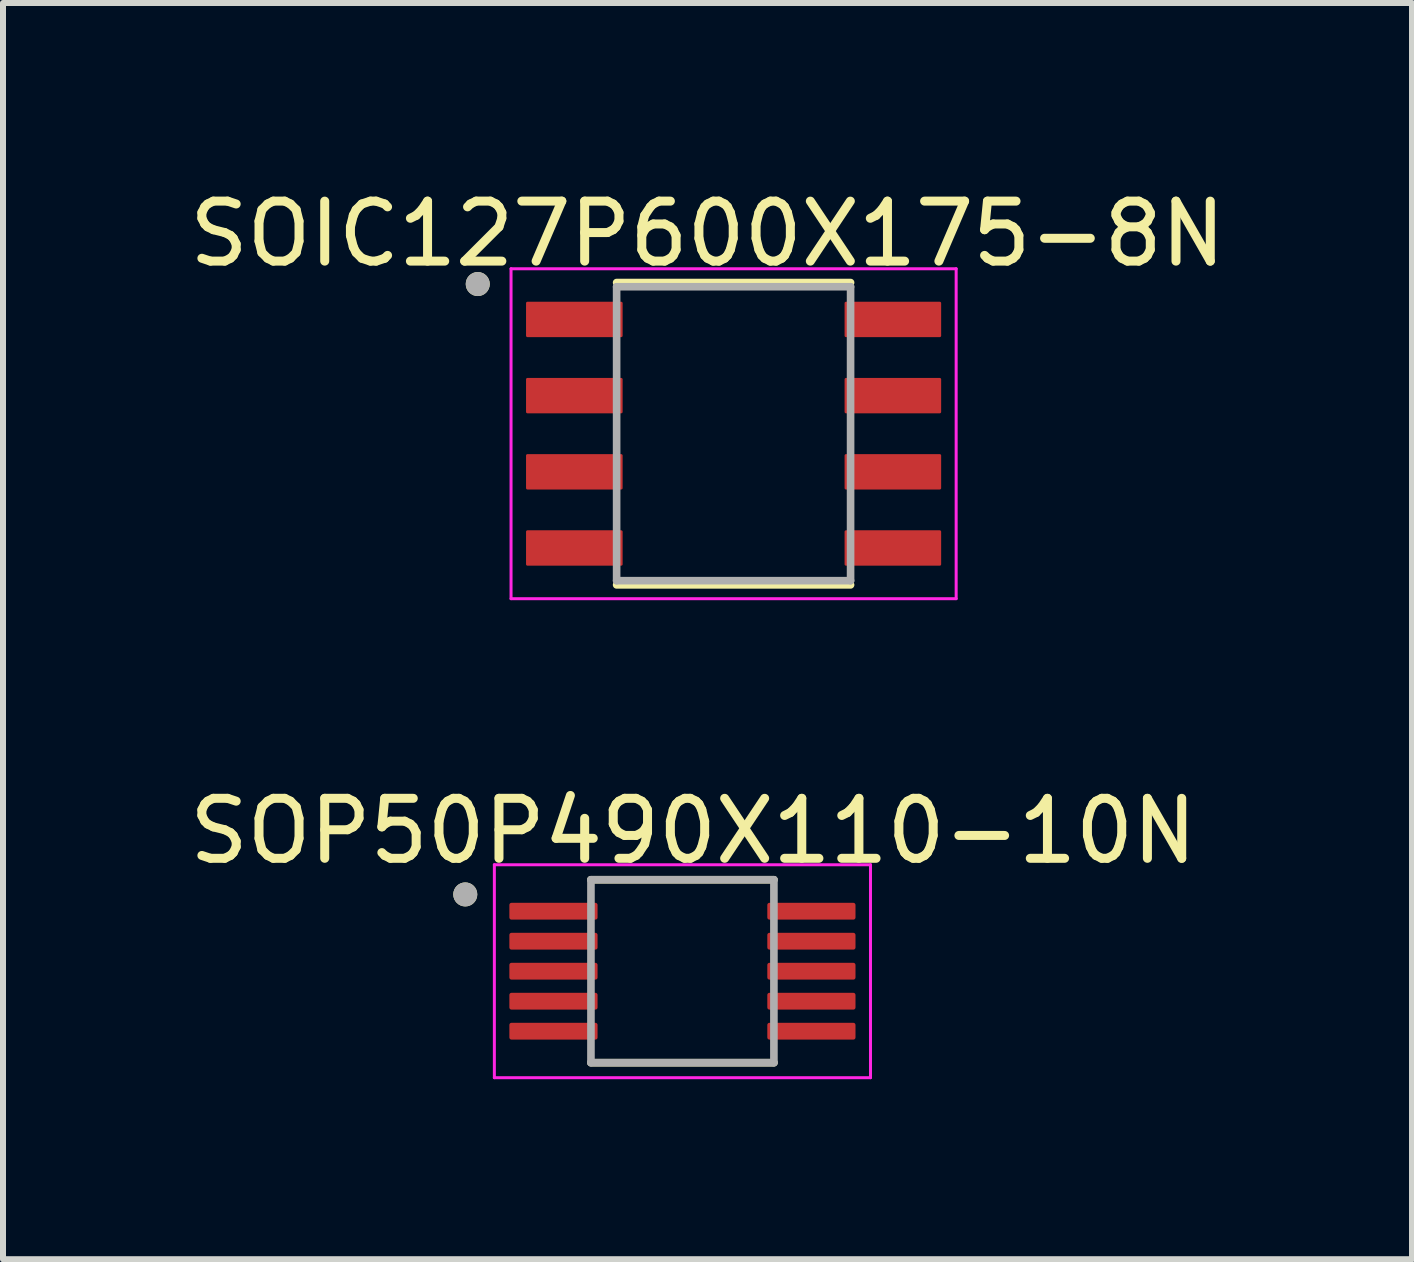
<source format=kicad_pcb>
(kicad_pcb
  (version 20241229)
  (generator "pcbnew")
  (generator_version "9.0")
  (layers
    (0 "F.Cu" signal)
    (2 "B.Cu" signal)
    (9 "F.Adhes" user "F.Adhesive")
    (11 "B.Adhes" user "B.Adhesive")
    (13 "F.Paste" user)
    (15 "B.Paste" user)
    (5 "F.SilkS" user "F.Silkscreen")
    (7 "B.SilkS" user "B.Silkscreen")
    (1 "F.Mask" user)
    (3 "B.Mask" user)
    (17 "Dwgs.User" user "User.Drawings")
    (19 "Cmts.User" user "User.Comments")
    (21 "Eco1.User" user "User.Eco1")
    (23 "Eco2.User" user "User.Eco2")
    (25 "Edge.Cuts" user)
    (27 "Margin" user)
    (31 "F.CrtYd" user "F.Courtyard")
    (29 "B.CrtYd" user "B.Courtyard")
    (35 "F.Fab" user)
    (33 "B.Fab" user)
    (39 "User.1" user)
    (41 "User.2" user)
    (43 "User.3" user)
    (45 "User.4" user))
  (footprint "SOIC127P600X175-8N"
    (layer "F.Cu")
    (at 9.179 4.18)
    (property "Reference" "SOIC127P600X175-8N" (at -0.435 -3.332 0) (layer "F.SilkS") (effects (font (size 1 1) (thickness 0.15))))
    (attr smd)
    (fp_line (start -1.95 -2.52) (end 1.95 -2.52) (stroke (width 0.127) (type solid)) (layer "F.SilkS"))
    (fp_line (start -1.95 2.52) (end 1.95 2.52) (stroke (width 0.127) (type solid)) (layer "F.SilkS"))
    (fp_circle (center -4.265 -2.495) (end -4.165 -2.495) (stroke (width 0.2) (type solid)) (fill no) (layer "F.SilkS"))
    (fp_line (start -3.71 -2.75) (end -3.71 2.75) (stroke (width 0.05) (type solid)) (layer "F.CrtYd"))
    (fp_line (start -3.71 -2.75) (end 3.71 -2.75) (stroke (width 0.05) (type solid)) (layer "F.CrtYd"))
    (fp_line (start -3.71 2.75) (end 3.71 2.75) (stroke (width 0.05) (type solid)) (layer "F.CrtYd"))
    (fp_line (start 3.71 -2.75) (end 3.71 2.75) (stroke (width 0.05) (type solid)) (layer "F.CrtYd"))
    (fp_line (start -1.95 -2.45) (end -1.95 2.45) (stroke (width 0.127) (type solid)) (layer "F.Fab"))
    (fp_line (start -1.95 -2.45) (end 1.95 -2.45) (stroke (width 0.127) (type solid)) (layer "F.Fab"))
    (fp_line (start -1.95 2.45) (end 1.95 2.45) (stroke (width 0.127) (type solid)) (layer "F.Fab"))
    (fp_line (start 1.95 -2.45) (end 1.95 2.45) (stroke (width 0.127) (type solid)) (layer "F.Fab"))
    (fp_circle (center -4.265 -2.495) (end -4.165 -2.495) (stroke (width 0.2) (type solid)) (fill no) (layer "F.Fab"))
    (pad "1" smd roundrect (at -2.655 -1.905) (size 1.61 0.59) (layers "F.Cu" "F.Mask" "F.Paste") (roundrect_rratio 0.04))
    (pad "2" smd roundrect (at -2.655 -0.635) (size 1.61 0.59) (layers "F.Cu" "F.Mask" "F.Paste") (roundrect_rratio 0.04))
    (pad "3" smd roundrect (at -2.655 0.635) (size 1.61 0.59) (layers "F.Cu" "F.Mask" "F.Paste") (roundrect_rratio 0.04))
    (pad "4" smd roundrect (at -2.655 1.905) (size 1.61 0.59) (layers "F.Cu" "F.Mask" "F.Paste") (roundrect_rratio 0.04))
    (pad "5" smd roundrect (at 2.655 1.905) (size 1.61 0.59) (layers "F.Cu" "F.Mask" "F.Paste") (roundrect_rratio 0.04))
    (pad "6" smd roundrect (at 2.655 0.635) (size 1.61 0.59) (layers "F.Cu" "F.Mask" "F.Paste") (roundrect_rratio 0.04))
    (pad "7" smd roundrect (at 2.655 -0.635) (size 1.61 0.59) (layers "F.Cu" "F.Mask" "F.Paste") (roundrect_rratio 0.04))
    (pad "8" smd roundrect (at 2.655 -1.905) (size 1.61 0.59) (layers "F.Cu" "F.Mask" "F.Paste") (roundrect_rratio 0.04)))
  (footprint "SOP50P490X110-10N"
    (layer "F.Cu")
    (at 8.326 13.14)
    (property "Reference" "SOP50P490X110-10N" (at 0.18 -2.337 0) (layer "F.SilkS") (effects (font (size 1 1) (thickness 0.15))))
    (attr smd)
    (fp_line (start -1.525 -1.525) (end 1.525 -1.525) (stroke (width 0.127) (type solid)) (layer "F.SilkS"))
    (fp_line (start -1.525 1.525) (end 1.525 1.525) (stroke (width 0.127) (type solid)) (layer "F.SilkS"))
    (fp_circle (center -3.62 -1.28) (end -3.52 -1.28) (stroke (width 0.2) (type solid)) (fill no) (layer "F.SilkS"))
    (fp_line (start -3.135 -1.775) (end -3.135 1.775) (stroke (width 0.05) (type solid)) (layer "F.CrtYd"))
    (fp_line (start -3.135 -1.775) (end 3.135 -1.775) (stroke (width 0.05) (type solid)) (layer "F.CrtYd"))
    (fp_line (start -3.135 1.775) (end 3.135 1.775) (stroke (width 0.05) (type solid)) (layer "F.CrtYd"))
    (fp_line (start 3.135 -1.775) (end 3.135 1.775) (stroke (width 0.05) (type solid)) (layer "F.CrtYd"))
    (fp_line (start -1.525 -1.525) (end -1.525 1.525) (stroke (width 0.127) (type solid)) (layer "F.Fab"))
    (fp_line (start -1.525 -1.525) (end 1.525 -1.525) (stroke (width 0.127) (type solid)) (layer "F.Fab"))
    (fp_line (start -1.525 1.525) (end 1.525 1.525) (stroke (width 0.127) (type solid)) (layer "F.Fab"))
    (fp_line (start 1.525 -1.525) (end 1.525 1.525) (stroke (width 0.127) (type solid)) (layer "F.Fab"))
    (fp_circle (center -3.62 -1.28) (end -3.52 -1.28) (stroke (width 0.2) (type solid)) (fill no) (layer "F.Fab"))
    (pad "1" smd roundrect (at -2.15 -1) (size 1.47 0.28) (layers "F.Cu" "F.Mask" "F.Paste") (roundrect_rratio 0.125))
    (pad "2" smd roundrect (at -2.15 -0.5) (size 1.47 0.28) (layers "F.Cu" "F.Mask" "F.Paste") (roundrect_rratio 0.125))
    (pad "3" smd roundrect (at -2.15 0) (size 1.47 0.28) (layers "F.Cu" "F.Mask" "F.Paste") (roundrect_rratio 0.125))
    (pad "4" smd roundrect (at -2.15 0.5) (size 1.47 0.28) (layers "F.Cu" "F.Mask" "F.Paste") (roundrect_rratio 0.125))
    (pad "5" smd roundrect (at -2.15 1) (size 1.47 0.28) (layers "F.Cu" "F.Mask" "F.Paste") (roundrect_rratio 0.125))
    (pad "6" smd roundrect (at 2.15 1) (size 1.47 0.28) (layers "F.Cu" "F.Mask" "F.Paste") (roundrect_rratio 0.125))
    (pad "7" smd roundrect (at 2.15 0.5) (size 1.47 0.28) (layers "F.Cu" "F.Mask" "F.Paste") (roundrect_rratio 0.125))
    (pad "8" smd roundrect (at 2.15 0) (size 1.47 0.28) (layers "F.Cu" "F.Mask" "F.Paste") (roundrect_rratio 0.125))
    (pad "9" smd roundrect (at 2.15 -0.5) (size 1.47 0.28) (layers "F.Cu" "F.Mask" "F.Paste") (roundrect_rratio 0.125))
    (pad "10" smd roundrect (at 2.15 -1) (size 1.47 0.28) (layers "F.Cu" "F.Mask" "F.Paste") (roundrect_rratio 0.125)))
  (gr_rect
    (start -3 -3)
    (end 20.488 17.941)
    (stroke (width 0.1) (type default))
    (fill no)
    (layer "Edge.Cuts")))
</source>
